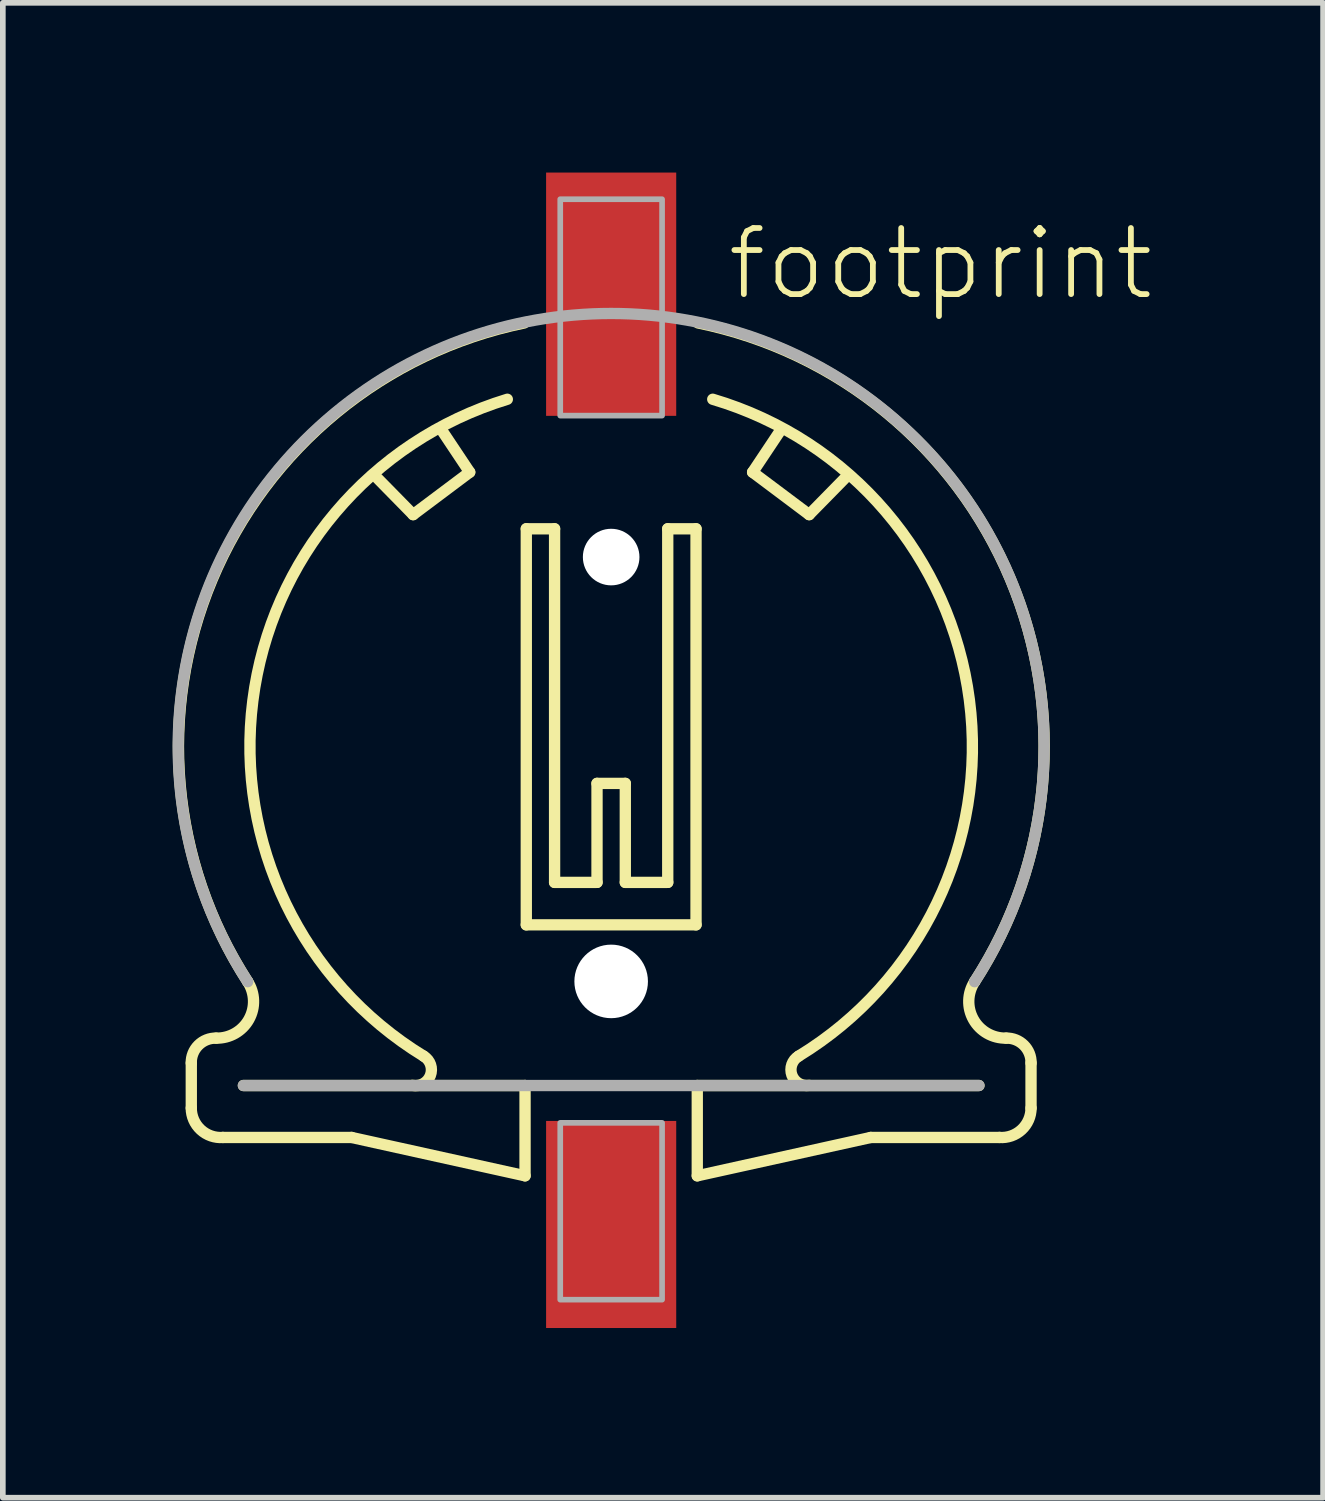
<source format=kicad_pcb>
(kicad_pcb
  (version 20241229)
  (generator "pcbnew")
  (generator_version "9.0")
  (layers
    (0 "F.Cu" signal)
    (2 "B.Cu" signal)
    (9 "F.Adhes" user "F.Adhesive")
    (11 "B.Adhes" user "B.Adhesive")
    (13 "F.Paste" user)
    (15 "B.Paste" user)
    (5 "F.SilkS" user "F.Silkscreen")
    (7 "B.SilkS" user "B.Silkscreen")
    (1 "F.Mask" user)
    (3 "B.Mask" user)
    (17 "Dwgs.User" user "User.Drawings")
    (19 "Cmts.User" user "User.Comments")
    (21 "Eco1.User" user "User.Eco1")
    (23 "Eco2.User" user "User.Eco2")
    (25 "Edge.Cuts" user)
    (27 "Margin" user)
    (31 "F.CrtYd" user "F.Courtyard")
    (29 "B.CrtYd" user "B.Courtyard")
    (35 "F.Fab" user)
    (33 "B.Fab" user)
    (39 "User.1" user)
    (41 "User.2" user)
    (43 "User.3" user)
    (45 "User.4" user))
  (footprint "footprint"
    (layer "F.Cu")
    (at 7.752 16.296)
    (property "Reference" "footprint" (at 2 -14 0) (layer "F.SilkS") (effects (font (size 1.168 1.168) (thickness 0.102)) (justify left bottom)))
    (fp_line (start -7.421 -0.559) (end -7.421 0.239) (stroke (width 0.2) (type solid)) (layer "F.SilkS"))
    (fp_line (start -6.863 0.758) (end -4.588 0.758) (stroke (width 0.2) (type solid)) (layer "F.SilkS"))
    (fp_line (start -6.5 -0.16) (end -1.522 -0.16) (stroke (width 0.2) (type solid)) (layer "F.SilkS"))
    (fp_line (start -4.588 0.758) (end -1.522 1.436) (stroke (width 0.2) (type solid)) (layer "F.SilkS"))
    (fp_line (start -3.5 -10.25) (end -4.125 -10.887) (stroke (width 0.2) (type solid)) (layer "F.SilkS"))
    (fp_line (start -3 -11.75) (end -2.5 -11) (stroke (width 0.2) (type solid)) (layer "F.SilkS"))
    (fp_line (start -2.5 -11) (end -3.5 -10.25) (stroke (width 0.2) (type solid)) (layer "F.SilkS"))
    (fp_line (start -1.522 1.436) (end -1.522 -0.16) (stroke (width 0.2) (type solid)) (layer "F.SilkS"))
    (fp_line (start -1.5 -10) (end -1.5 -3) (stroke (width 0.2) (type solid)) (layer "F.SilkS"))
    (fp_line (start -1.5 -3) (end 1.5 -3) (stroke (width 0.2) (type solid)) (layer "F.SilkS"))
    (fp_line (start -1 -10) (end -1.5 -10) (stroke (width 0.2) (type solid)) (layer "F.SilkS"))
    (fp_line (start -1 -3.75) (end -1 -10) (stroke (width 0.2) (type solid)) (layer "F.SilkS"))
    (fp_line (start -0.25 -5.5) (end -0.25 -3.75) (stroke (width 0.2) (type solid)) (layer "F.SilkS"))
    (fp_line (start -0.25 -3.75) (end -1 -3.75) (stroke (width 0.2) (type solid)) (layer "F.SilkS"))
    (fp_line (start 0.25 -5.5) (end -0.25 -5.5) (stroke (width 0.2) (type solid)) (layer "F.SilkS"))
    (fp_line (start 0.25 -3.75) (end 0.25 -5.5) (stroke (width 0.2) (type solid)) (layer "F.SilkS"))
    (fp_line (start 1 -10) (end 1 -3.75) (stroke (width 0.2) (type solid)) (layer "F.SilkS"))
    (fp_line (start 1 -3.75) (end 0.25 -3.75) (stroke (width 0.2) (type solid)) (layer "F.SilkS"))
    (fp_line (start 1.5 -10) (end 1 -10) (stroke (width 0.2) (type solid)) (layer "F.SilkS"))
    (fp_line (start 1.5 -3) (end 1.5 -10) (stroke (width 0.2) (type solid)) (layer "F.SilkS"))
    (fp_line (start 1.522 -0.16) (end 6.5 -0.16) (stroke (width 0.2) (type solid)) (layer "F.SilkS"))
    (fp_line (start 1.522 1.436) (end 1.522 -0.16) (stroke (width 0.2) (type solid)) (layer "F.SilkS"))
    (fp_line (start 2.5 -11) (end 3.5 -10.25) (stroke (width 0.2) (type solid)) (layer "F.SilkS"))
    (fp_line (start 3 -11.75) (end 2.5 -11) (stroke (width 0.2) (type solid)) (layer "F.SilkS"))
    (fp_line (start 3.5 -10.25) (end 4.125 -10.887) (stroke (width 0.2) (type solid)) (layer "F.SilkS"))
    (fp_line (start 4.588 0.758) (end 1.522 1.436) (stroke (width 0.2) (type solid)) (layer "F.SilkS"))
    (fp_line (start 6.863 0.758) (end 4.588 0.758) (stroke (width 0.2) (type solid)) (layer "F.SilkS"))
    (fp_line (start 7.421 -0.559) (end 7.421 0.239) (stroke (width 0.2) (type solid)) (layer "F.SilkS"))
    (fp_arc (start -7.4214 -0.558599) (mid -7.295896 -0.871995) (end -6.9825 -0.9975) (stroke (width 0.2) (type solid)) (layer "F.SilkS"))
    (fp_arc (start -6.8628 0.7581) (mid -7.255195 0.620544) (end -7.4214 0.2394) (stroke (width 0.2) (type solid)) (layer "F.SilkS"))
    (fp_arc (start -6.4239 -1.995) (mid -6.402892 -1.328078) (end -6.982498 -0.997499) (stroke (width 0.2) (type solid)) (layer "F.SilkS"))
    (fp_arc (start -6.4239 -1.995) (mid -7.051521 -9.105084) (end -1.5375 -13.637498) (stroke (width 0.2) (type solid)) (layer "F.SilkS"))
    (fp_arc (start -3.3117 -0.6783) (mid -3.196158 -0.336335) (end -3.512498 -0.162499) (stroke (width 0.2) (type solid)) (layer "F.SilkS"))
    (fp_arc (start -3.3117 -0.6783) (mid -6.333179 -6.961778) (end -1.835401 -12.289199) (stroke (width 0.2) (type solid)) (layer "F.SilkS"))
    (fp_arc (start 1.5375 -13.6375) (mid 7.057879 -9.107753) (end 6.4239 -1.994999) (stroke (width 0.2) (type solid)) (layer "F.SilkS"))
    (fp_arc (start 1.7955 -12.2892) (mid 6.331148 -6.977038) (end 3.311701 -0.678299) (stroke (width 0.2) (type solid)) (layer "F.SilkS"))
    (fp_arc (start 3.499998 -0.1625) (mid 3.194314 -0.343177) (end 3.3117 -0.6783) (stroke (width 0.2) (type solid)) (layer "F.SilkS"))
    (fp_arc (start 6.982498 -0.997499) (mid 6.402892 -1.328078) (end 6.4239 -1.995) (stroke (width 0.2) (type solid)) (layer "F.SilkS"))
    (fp_arc (start 6.9825 -0.9975) (mid 7.295896 -0.871995) (end 7.4214 -0.558599) (stroke (width 0.2) (type solid)) (layer "F.SilkS"))
    (fp_arc (start 7.4214 0.2394) (mid 7.255195 0.620544) (end 6.8628 0.7581) (stroke (width 0.2) (type solid)) (layer "F.SilkS"))
    (fp_line (start -6.5 -0.16) (end 6.5 -0.16) (stroke (width 0.2) (type solid)) (layer "F.Fab"))
    (fp_arc (start -6.4239 -1.995) (mid 0 -13.805506) (end 6.4239 -1.995) (stroke (width 0.2) (type solid)) (layer "F.Fab"))
    (fp_poly (pts (xy -0.9 -12) (xy 0.9 -12) (xy 0.9 -15.825) (xy -0.9 -15.825)) (stroke (width 0.1) (type solid)) (fill no) (layer "F.Fab"))
    (fp_poly (pts (xy -0.9 3.625) (xy 0.9 3.625) (xy 0.9 0.5) (xy -0.9 0.5)) (stroke (width 0.1) (type solid)) (fill no) (layer "F.Fab"))
    (pad "" np_thru_hole circle (at 0 -9.5) (size 1 1) (drill 1) (layers "*.Cu" "*.Mask"))
    (pad "" np_thru_hole circle (at 0 -2) (size 1.3 1.3) (drill 1.3) (layers "*.Cu" "*.Mask"))
    (pad "+" smd rect (at 0 2.296) (size 2.3 3.66) (layers "F.Cu" "F.Mask" "F.Paste"))
    (pad "-" smd rect (at 0 -14.146) (size 2.3 4.3) (layers "F.Cu" "F.Mask" "F.Paste")))
  (gr_rect
    (start -3 -3)
    (end 20.335 23.421)
    (stroke (width 0.1) (type default))
    (fill no)
    (layer "Edge.Cuts")))
</source>
